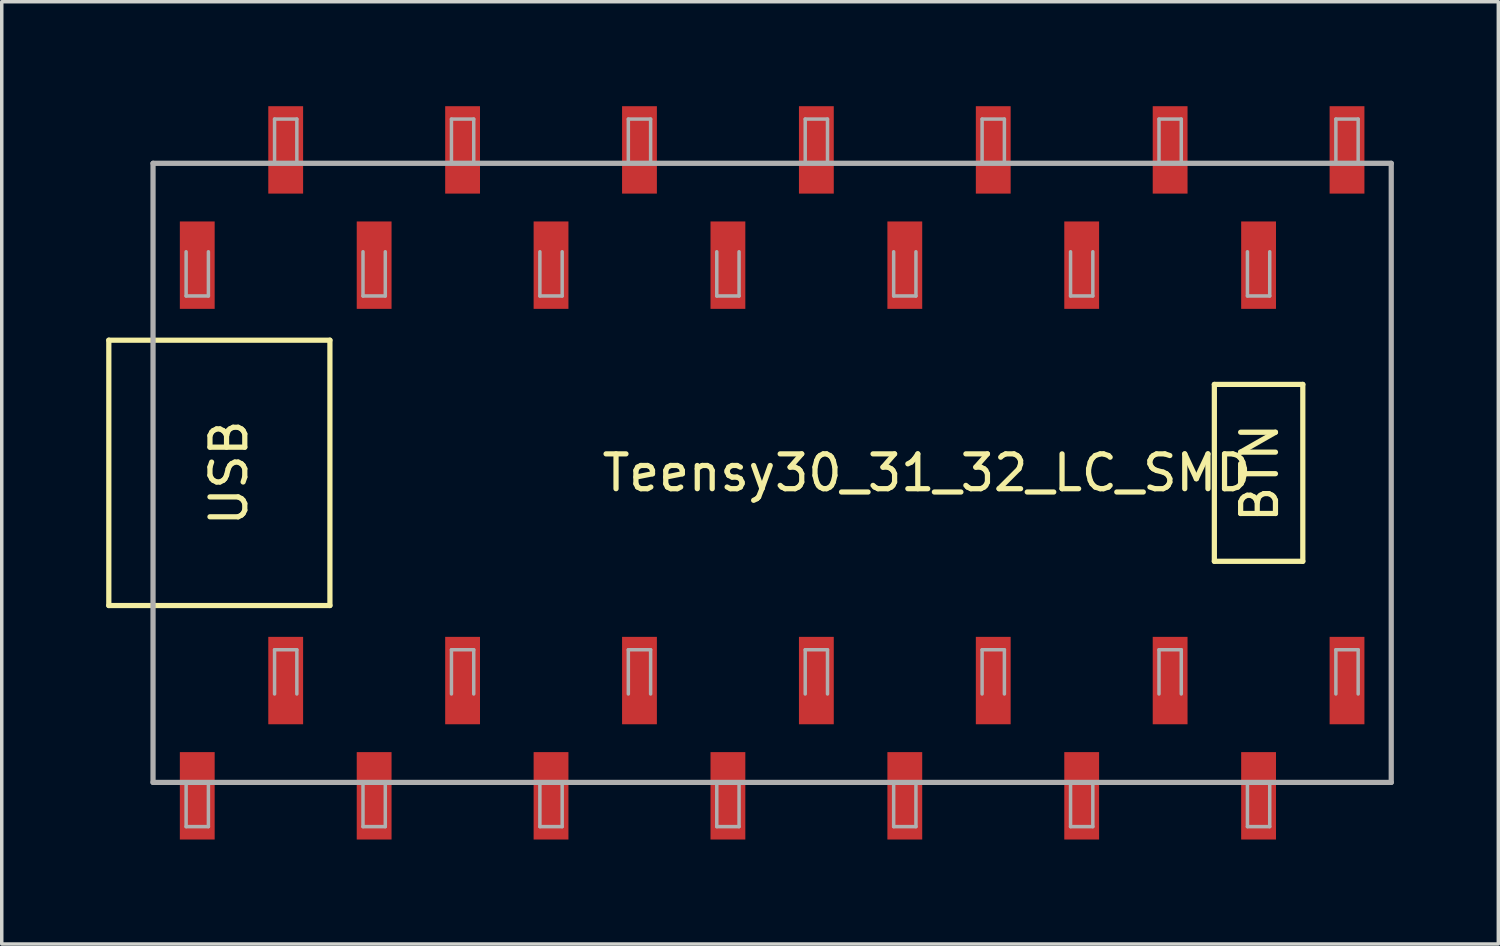
<source format=kicad_pcb>
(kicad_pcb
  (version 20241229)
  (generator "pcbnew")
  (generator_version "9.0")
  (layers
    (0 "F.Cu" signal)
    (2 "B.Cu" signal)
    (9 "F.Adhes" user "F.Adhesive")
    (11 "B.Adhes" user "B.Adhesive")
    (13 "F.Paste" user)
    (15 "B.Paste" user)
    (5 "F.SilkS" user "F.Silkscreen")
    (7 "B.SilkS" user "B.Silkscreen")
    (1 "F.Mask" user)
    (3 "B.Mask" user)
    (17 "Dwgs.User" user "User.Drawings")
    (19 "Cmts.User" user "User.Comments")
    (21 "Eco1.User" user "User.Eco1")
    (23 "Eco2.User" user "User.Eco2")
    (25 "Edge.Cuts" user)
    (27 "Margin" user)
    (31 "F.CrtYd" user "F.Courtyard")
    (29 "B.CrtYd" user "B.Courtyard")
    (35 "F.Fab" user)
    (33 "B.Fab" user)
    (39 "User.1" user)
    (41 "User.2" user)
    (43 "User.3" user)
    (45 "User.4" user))
  (footprint "Teensy30_31_32_LC_SMD"
    (layer "F.Cu")
    (at 19.125 10.53)
    (property "Reference" "Teensy30_31_32_LC_SMD" (at 4.445 0 0) (layer "F.SilkS") (effects (font (size 1 1) (thickness 0.15))))
    (fp_line (start -19.05 -3.81) (end -17.78 -3.81) (stroke (width 0.15) (type solid)) (layer "F.SilkS"))
    (fp_line (start -19.05 3.81) (end -19.05 -3.81) (stroke (width 0.15) (type solid)) (layer "F.SilkS"))
    (fp_line (start -17.78 3.81) (end -19.05 3.81) (stroke (width 0.15) (type solid)) (layer "F.SilkS"))
    (fp_line (start -12.7 -3.81) (end -17.78 -3.81) (stroke (width 0.15) (type solid)) (layer "F.SilkS"))
    (fp_line (start -12.7 3.81) (end -17.78 3.81) (stroke (width 0.15) (type solid)) (layer "F.SilkS"))
    (fp_line (start -12.7 3.81) (end -12.7 -3.81) (stroke (width 0.15) (type solid)) (layer "F.SilkS"))
    (fp_line (start 12.7 -2.54) (end 15.24 -2.54) (stroke (width 0.15) (type solid)) (layer "F.SilkS"))
    (fp_line (start 12.7 2.54) (end 12.7 -2.54) (stroke (width 0.15) (type solid)) (layer "F.SilkS"))
    (fp_line (start 15.24 -2.54) (end 15.24 2.54) (stroke (width 0.15) (type solid)) (layer "F.SilkS"))
    (fp_line (start 15.24 2.54) (end 12.7 2.54) (stroke (width 0.15) (type solid)) (layer "F.SilkS"))
    (fp_line (start -17.78 -8.89) (end 17.78 -8.89) (stroke (width 0.15) (type solid)) (layer "F.Fab"))
    (fp_line (start -17.78 8.89) (end -17.78 -8.89) (stroke (width 0.15) (type solid)) (layer "F.Fab"))
    (fp_line (start -16.83 -6.35) (end -16.83 -5.08) (stroke (width 0.1) (type solid)) (layer "F.Fab"))
    (fp_line (start -16.83 -5.08) (end -16.19 -5.08) (stroke (width 0.1) (type solid)) (layer "F.Fab"))
    (fp_line (start -16.83 8.89) (end -16.83 10.16) (stroke (width 0.1) (type solid)) (layer "F.Fab"))
    (fp_line (start -16.83 10.16) (end -16.19 10.16) (stroke (width 0.1) (type solid)) (layer "F.Fab"))
    (fp_line (start -16.19 -5.08) (end -16.19 -6.35) (stroke (width 0.1) (type solid)) (layer "F.Fab"))
    (fp_line (start -16.19 10.16) (end -16.19 8.89) (stroke (width 0.1) (type solid)) (layer "F.Fab"))
    (fp_line (start -14.29 -10.16) (end -13.65 -10.16) (stroke (width 0.1) (type solid)) (layer "F.Fab"))
    (fp_line (start -14.29 -8.89) (end -14.29 -10.16) (stroke (width 0.1) (type solid)) (layer "F.Fab"))
    (fp_line (start -14.29 5.08) (end -13.65 5.08) (stroke (width 0.1) (type solid)) (layer "F.Fab"))
    (fp_line (start -14.29 6.35) (end -14.29 5.08) (stroke (width 0.1) (type solid)) (layer "F.Fab"))
    (fp_line (start -13.65 -10.16) (end -13.65 -8.89) (stroke (width 0.1) (type solid)) (layer "F.Fab"))
    (fp_line (start -13.65 5.08) (end -13.65 6.35) (stroke (width 0.1) (type solid)) (layer "F.Fab"))
    (fp_line (start -11.75 -6.35) (end -11.75 -5.08) (stroke (width 0.1) (type solid)) (layer "F.Fab"))
    (fp_line (start -11.75 -5.08) (end -11.11 -5.08) (stroke (width 0.1) (type solid)) (layer "F.Fab"))
    (fp_line (start -11.75 8.89) (end -11.75 10.16) (stroke (width 0.1) (type solid)) (layer "F.Fab"))
    (fp_line (start -11.75 10.16) (end -11.11 10.16) (stroke (width 0.1) (type solid)) (layer "F.Fab"))
    (fp_line (start -11.11 -5.08) (end -11.11 -6.35) (stroke (width 0.1) (type solid)) (layer "F.Fab"))
    (fp_line (start -11.11 10.16) (end -11.11 8.89) (stroke (width 0.1) (type solid)) (layer "F.Fab"))
    (fp_line (start -9.21 -10.16) (end -8.57 -10.16) (stroke (width 0.1) (type solid)) (layer "F.Fab"))
    (fp_line (start -9.21 -8.89) (end -9.21 -10.16) (stroke (width 0.1) (type solid)) (layer "F.Fab"))
    (fp_line (start -9.21 5.08) (end -8.57 5.08) (stroke (width 0.1) (type solid)) (layer "F.Fab"))
    (fp_line (start -9.21 6.35) (end -9.21 5.08) (stroke (width 0.1) (type solid)) (layer "F.Fab"))
    (fp_line (start -8.57 -10.16) (end -8.57 -8.89) (stroke (width 0.1) (type solid)) (layer "F.Fab"))
    (fp_line (start -8.57 5.08) (end -8.57 6.35) (stroke (width 0.1) (type solid)) (layer "F.Fab"))
    (fp_line (start -6.67 -6.35) (end -6.67 -5.08) (stroke (width 0.1) (type solid)) (layer "F.Fab"))
    (fp_line (start -6.67 -5.08) (end -6.03 -5.08) (stroke (width 0.1) (type solid)) (layer "F.Fab"))
    (fp_line (start -6.67 8.89) (end -6.67 10.16) (stroke (width 0.1) (type solid)) (layer "F.Fab"))
    (fp_line (start -6.67 10.16) (end -6.03 10.16) (stroke (width 0.1) (type solid)) (layer "F.Fab"))
    (fp_line (start -6.03 -5.08) (end -6.03 -6.35) (stroke (width 0.1) (type solid)) (layer "F.Fab"))
    (fp_line (start -6.03 10.16) (end -6.03 8.89) (stroke (width 0.1) (type solid)) (layer "F.Fab"))
    (fp_line (start -4.13 -10.16) (end -3.49 -10.16) (stroke (width 0.1) (type solid)) (layer "F.Fab"))
    (fp_line (start -4.13 -8.89) (end -4.13 -10.16) (stroke (width 0.1) (type solid)) (layer "F.Fab"))
    (fp_line (start -4.13 5.08) (end -3.49 5.08) (stroke (width 0.1) (type solid)) (layer "F.Fab"))
    (fp_line (start -4.13 6.35) (end -4.13 5.08) (stroke (width 0.1) (type solid)) (layer "F.Fab"))
    (fp_line (start -3.49 -10.16) (end -3.49 -8.89) (stroke (width 0.1) (type solid)) (layer "F.Fab"))
    (fp_line (start -3.49 5.08) (end -3.49 6.35) (stroke (width 0.1) (type solid)) (layer "F.Fab"))
    (fp_line (start -1.59 -6.35) (end -1.59 -5.08) (stroke (width 0.1) (type solid)) (layer "F.Fab"))
    (fp_line (start -1.59 -5.08) (end -0.95 -5.08) (stroke (width 0.1) (type solid)) (layer "F.Fab"))
    (fp_line (start -1.59 8.89) (end -1.59 10.16) (stroke (width 0.1) (type solid)) (layer "F.Fab"))
    (fp_line (start -1.59 10.16) (end -0.95 10.16) (stroke (width 0.1) (type solid)) (layer "F.Fab"))
    (fp_line (start -0.95 -5.08) (end -0.95 -6.35) (stroke (width 0.1) (type solid)) (layer "F.Fab"))
    (fp_line (start -0.95 10.16) (end -0.95 8.89) (stroke (width 0.1) (type solid)) (layer "F.Fab"))
    (fp_line (start 0.95 -10.16) (end 1.59 -10.16) (stroke (width 0.1) (type solid)) (layer "F.Fab"))
    (fp_line (start 0.95 -8.89) (end 0.95 -10.16) (stroke (width 0.1) (type solid)) (layer "F.Fab"))
    (fp_line (start 0.95 5.08) (end 1.59 5.08) (stroke (width 0.1) (type solid)) (layer "F.Fab"))
    (fp_line (start 0.95 6.35) (end 0.95 5.08) (stroke (width 0.1) (type solid)) (layer "F.Fab"))
    (fp_line (start 1.59 -10.16) (end 1.59 -8.89) (stroke (width 0.1) (type solid)) (layer "F.Fab"))
    (fp_line (start 1.59 5.08) (end 1.59 6.35) (stroke (width 0.1) (type solid)) (layer "F.Fab"))
    (fp_line (start 3.49 -6.35) (end 3.49 -5.08) (stroke (width 0.1) (type solid)) (layer "F.Fab"))
    (fp_line (start 3.49 -5.08) (end 4.13 -5.08) (stroke (width 0.1) (type solid)) (layer "F.Fab"))
    (fp_line (start 3.49 8.89) (end 3.49 10.16) (stroke (width 0.1) (type solid)) (layer "F.Fab"))
    (fp_line (start 3.49 10.16) (end 4.13 10.16) (stroke (width 0.1) (type solid)) (layer "F.Fab"))
    (fp_line (start 4.13 -5.08) (end 4.13 -6.35) (stroke (width 0.1) (type solid)) (layer "F.Fab"))
    (fp_line (start 4.13 10.16) (end 4.13 8.89) (stroke (width 0.1) (type solid)) (layer "F.Fab"))
    (fp_line (start 6.03 -10.16) (end 6.67 -10.16) (stroke (width 0.1) (type solid)) (layer "F.Fab"))
    (fp_line (start 6.03 -8.89) (end 6.03 -10.16) (stroke (width 0.1) (type solid)) (layer "F.Fab"))
    (fp_line (start 6.03 5.08) (end 6.67 5.08) (stroke (width 0.1) (type solid)) (layer "F.Fab"))
    (fp_line (start 6.03 6.35) (end 6.03 5.08) (stroke (width 0.1) (type solid)) (layer "F.Fab"))
    (fp_line (start 6.67 -10.16) (end 6.67 -8.89) (stroke (width 0.1) (type solid)) (layer "F.Fab"))
    (fp_line (start 6.67 5.08) (end 6.67 6.35) (stroke (width 0.1) (type solid)) (layer "F.Fab"))
    (fp_line (start 8.57 -6.35) (end 8.57 -5.08) (stroke (width 0.1) (type solid)) (layer "F.Fab"))
    (fp_line (start 8.57 -5.08) (end 9.21 -5.08) (stroke (width 0.1) (type solid)) (layer "F.Fab"))
    (fp_line (start 8.57 8.89) (end 8.57 10.16) (stroke (width 0.1) (type solid)) (layer "F.Fab"))
    (fp_line (start 8.57 10.16) (end 9.21 10.16) (stroke (width 0.1) (type solid)) (layer "F.Fab"))
    (fp_line (start 9.21 -5.08) (end 9.21 -6.35) (stroke (width 0.1) (type solid)) (layer "F.Fab"))
    (fp_line (start 9.21 10.16) (end 9.21 8.89) (stroke (width 0.1) (type solid)) (layer "F.Fab"))
    (fp_line (start 11.11 -10.16) (end 11.75 -10.16) (stroke (width 0.1) (type solid)) (layer "F.Fab"))
    (fp_line (start 11.11 -8.89) (end 11.11 -10.16) (stroke (width 0.1) (type solid)) (layer "F.Fab"))
    (fp_line (start 11.11 5.08) (end 11.75 5.08) (stroke (width 0.1) (type solid)) (layer "F.Fab"))
    (fp_line (start 11.11 6.35) (end 11.11 5.08) (stroke (width 0.1) (type solid)) (layer "F.Fab"))
    (fp_line (start 11.75 -10.16) (end 11.75 -8.89) (stroke (width 0.1) (type solid)) (layer "F.Fab"))
    (fp_line (start 11.75 5.08) (end 11.75 6.35) (stroke (width 0.1) (type solid)) (layer "F.Fab"))
    (fp_line (start 13.65 -6.35) (end 13.65 -5.08) (stroke (width 0.1) (type solid)) (layer "F.Fab"))
    (fp_line (start 13.65 -5.08) (end 14.29 -5.08) (stroke (width 0.1) (type solid)) (layer "F.Fab"))
    (fp_line (start 13.65 8.89) (end 13.65 10.16) (stroke (width 0.1) (type solid)) (layer "F.Fab"))
    (fp_line (start 13.65 10.16) (end 14.29 10.16) (stroke (width 0.1) (type solid)) (layer "F.Fab"))
    (fp_line (start 14.29 -5.08) (end 14.29 -6.35) (stroke (width 0.1) (type solid)) (layer "F.Fab"))
    (fp_line (start 14.29 10.16) (end 14.29 8.89) (stroke (width 0.1) (type solid)) (layer "F.Fab"))
    (fp_line (start 16.19 -10.16) (end 16.83 -10.16) (stroke (width 0.1) (type solid)) (layer "F.Fab"))
    (fp_line (start 16.19 -8.89) (end 16.19 -10.16) (stroke (width 0.1) (type solid)) (layer "F.Fab"))
    (fp_line (start 16.19 5.08) (end 16.83 5.08) (stroke (width 0.1) (type solid)) (layer "F.Fab"))
    (fp_line (start 16.19 6.35) (end 16.19 5.08) (stroke (width 0.1) (type solid)) (layer "F.Fab"))
    (fp_line (start 16.83 -10.16) (end 16.83 -8.89) (stroke (width 0.1) (type solid)) (layer "F.Fab"))
    (fp_line (start 16.83 5.08) (end 16.83 6.35) (stroke (width 0.1) (type solid)) (layer "F.Fab"))
    (fp_line (start 17.78 -8.89) (end 17.78 8.89) (stroke (width 0.15) (type solid)) (layer "F.Fab"))
    (fp_line (start 17.78 8.89) (end -17.78 8.89) (stroke (width 0.15) (type solid)) (layer "F.Fab"))
    (fp_text user "USB" (at -15.6 0 90) (unlocked yes) (layer "F.SilkS") (effects (font (size 1 1) (thickness 0.15))))
    (fp_text user "BTN" (at 14 0 90) (unlocked yes) (layer "F.SilkS") (effects (font (size 1 1) (thickness 0.15))))
    (pad "1" smd rect (at -16.51 9.275 90) (size 2.51 1) (layers "F.Cu" "F.Mask" "F.Paste"))
    (pad "2" smd rect (at -13.97 5.965 90) (size 2.51 1) (layers "F.Cu" "F.Mask" "F.Paste"))
    (pad "3" smd rect (at -11.43 9.275 90) (size 2.51 1) (layers "F.Cu" "F.Mask" "F.Paste"))
    (pad "4" smd rect (at -8.89 5.965 90) (size 2.51 1) (layers "F.Cu" "F.Mask" "F.Paste"))
    (pad "5" smd rect (at -6.35 9.275 90) (size 2.51 1) (layers "F.Cu" "F.Mask" "F.Paste"))
    (pad "6" smd rect (at -3.81 5.965 90) (size 2.51 1) (layers "F.Cu" "F.Mask" "F.Paste"))
    (pad "7" smd rect (at -1.27 9.275 90) (size 2.51 1) (layers "F.Cu" "F.Mask" "F.Paste"))
    (pad "8" smd rect (at 1.27 5.965 90) (size 2.51 1) (layers "F.Cu" "F.Mask" "F.Paste"))
    (pad "9" smd rect (at 3.81 9.275 90) (size 2.51 1) (layers "F.Cu" "F.Mask" "F.Paste"))
    (pad "10" smd rect (at 6.35 5.965 90) (size 2.51 1) (layers "F.Cu" "F.Mask" "F.Paste"))
    (pad "11" smd rect (at 8.89 9.275 90) (size 2.51 1) (layers "F.Cu" "F.Mask" "F.Paste"))
    (pad "12" smd rect (at 11.43 5.965 90) (size 2.51 1) (layers "F.Cu" "F.Mask" "F.Paste"))
    (pad "13" smd rect (at 13.97 9.275 90) (size 2.51 1) (layers "F.Cu" "F.Mask" "F.Paste"))
    (pad "14" smd rect (at 16.51 5.965 90) (size 2.51 1) (layers "F.Cu" "F.Mask" "F.Paste"))
    (pad "20" smd rect (at 16.51 -9.275 90) (size 2.51 1) (layers "F.Cu" "F.Mask" "F.Paste"))
    (pad "21" smd rect (at 13.97 -5.965 90) (size 2.51 1) (layers "F.Cu" "F.Mask" "F.Paste"))
    (pad "22" smd rect (at 11.43 -9.275 90) (size 2.51 1) (layers "F.Cu" "F.Mask" "F.Paste"))
    (pad "23" smd rect (at 8.89 -5.965 90) (size 2.51 1) (layers "F.Cu" "F.Mask" "F.Paste"))
    (pad "24" smd rect (at 6.35 -9.275 90) (size 2.51 1) (layers "F.Cu" "F.Mask" "F.Paste"))
    (pad "25" smd rect (at 3.81 -5.965 90) (size 2.51 1) (layers "F.Cu" "F.Mask" "F.Paste"))
    (pad "26" smd rect (at 1.27 -9.275 90) (size 2.51 1) (layers "F.Cu" "F.Mask" "F.Paste"))
    (pad "27" smd rect (at -1.27 -5.965 90) (size 2.51 1) (layers "F.Cu" "F.Mask" "F.Paste"))
    (pad "28" smd rect (at -3.81 -9.275 90) (size 2.51 1) (layers "F.Cu" "F.Mask" "F.Paste"))
    (pad "29" smd rect (at -6.35 -5.965 90) (size 2.51 1) (layers "F.Cu" "F.Mask" "F.Paste"))
    (pad "30" smd rect (at -8.89 -9.275 90) (size 2.51 1) (layers "F.Cu" "F.Mask" "F.Paste"))
    (pad "31" smd rect (at -11.43 -5.965 90) (size 2.51 1) (layers "F.Cu" "F.Mask" "F.Paste"))
    (pad "32" smd rect (at -13.97 -9.275 90) (size 2.51 1) (layers "F.Cu" "F.Mask" "F.Paste"))
    (pad "33" smd rect (at -16.51 -5.965 90) (size 2.51 1) (layers "F.Cu" "F.Mask" "F.Paste")))
  (gr_rect
    (start -3 -3)
    (end 39.98 24.06)
    (stroke (width 0.1) (type default))
    (fill no)
    (layer "Edge.Cuts")))
</source>
